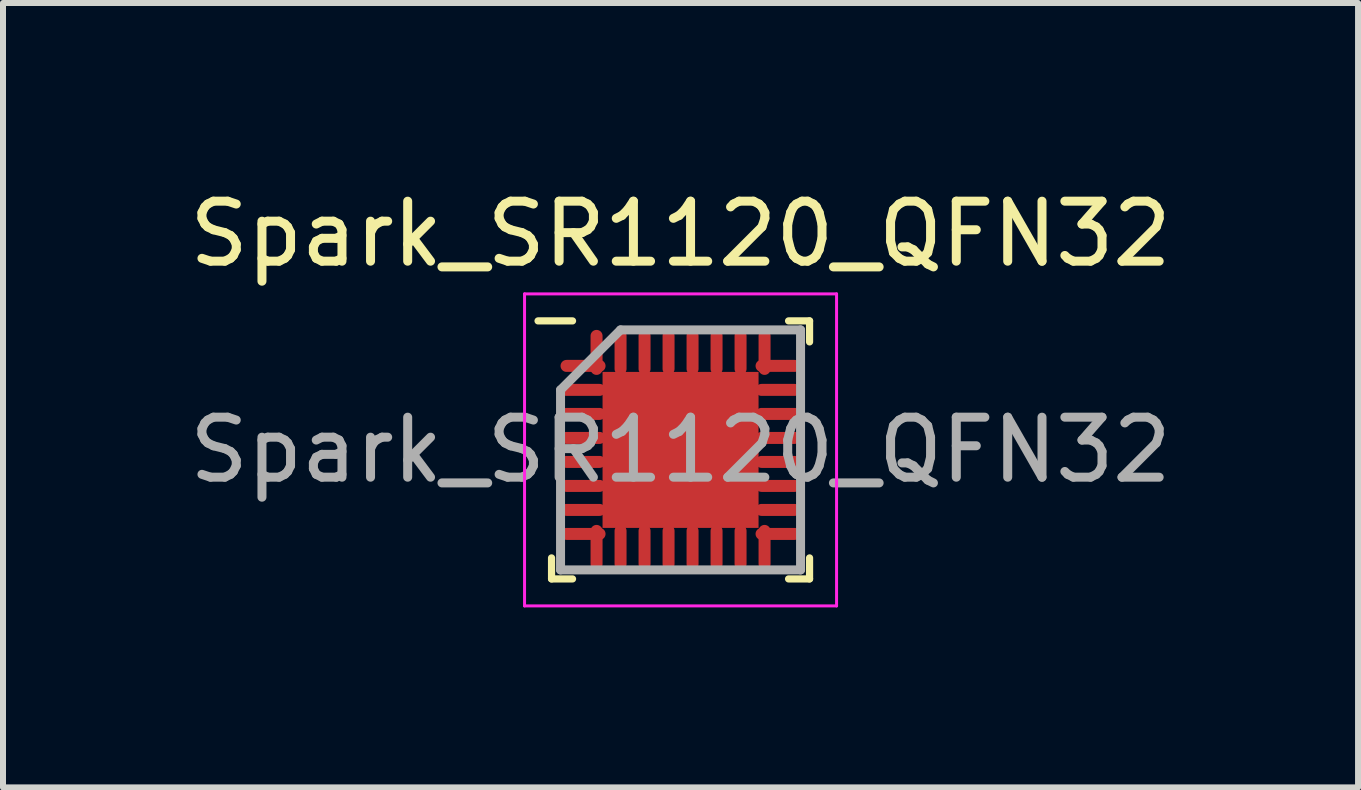
<source format=kicad_pcb>
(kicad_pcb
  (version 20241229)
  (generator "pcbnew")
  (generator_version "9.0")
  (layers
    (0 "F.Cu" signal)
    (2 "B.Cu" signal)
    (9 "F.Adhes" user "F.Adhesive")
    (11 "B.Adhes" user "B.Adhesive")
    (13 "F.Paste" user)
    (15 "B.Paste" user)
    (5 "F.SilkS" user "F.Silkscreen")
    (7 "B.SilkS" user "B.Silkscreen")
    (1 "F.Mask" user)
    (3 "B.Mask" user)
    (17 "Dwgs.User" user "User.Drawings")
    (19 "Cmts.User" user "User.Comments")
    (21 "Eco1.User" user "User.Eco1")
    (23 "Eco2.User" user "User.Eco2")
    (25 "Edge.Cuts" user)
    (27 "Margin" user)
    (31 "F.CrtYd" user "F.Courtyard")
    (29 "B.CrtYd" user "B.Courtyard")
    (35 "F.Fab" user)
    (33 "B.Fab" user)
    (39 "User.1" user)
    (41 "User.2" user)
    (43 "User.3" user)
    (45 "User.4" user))
  (footprint "Spark_SR1120_QFN32"
    (layer "F.Cu")
    (at 8.292 4.448)
    (property "Reference" "Spark_SR1120_QFN32" (at 0 -3.6 0) (layer "F.SilkS") (effects (font (size 1 1) (thickness 0.15))))
    (attr smd)
    (fp_line (start -2.15 2.15) (end -2.15 1.8) (stroke (width 0.12) (type default)) (layer "F.SilkS"))
    (fp_line (start -1.8 -2.15) (end -2.375 -2.15) (stroke (width 0.12) (type default)) (layer "F.SilkS"))
    (fp_line (start -1.8 2.15) (end -2.15 2.15) (stroke (width 0.12) (type default)) (layer "F.SilkS"))
    (fp_line (start 1.8 -2.15) (end 2.15 -2.15) (stroke (width 0.12) (type default)) (layer "F.SilkS"))
    (fp_line (start 1.8 2.15) (end 2.15 2.15) (stroke (width 0.12) (type default)) (layer "F.SilkS"))
    (fp_line (start 2.15 -2.15) (end 2.15 -1.8) (stroke (width 0.12) (type default)) (layer "F.SilkS"))
    (fp_line (start 2.15 2.15) (end 2.15 1.8) (stroke (width 0.12) (type default)) (layer "F.SilkS"))
    (fp_line (start -2.6 -2.6) (end 2.6 -2.6) (stroke (width 0.05) (type default)) (layer "F.CrtYd"))
    (fp_line (start -2.6 2.6) (end -2.6 -2.6) (stroke (width 0.05) (type default)) (layer "F.CrtYd"))
    (fp_line (start 2.6 -2.6) (end 2.6 2.6) (stroke (width 0.05) (type default)) (layer "F.CrtYd"))
    (fp_line (start 2.6 2.6) (end -2.6 2.6) (stroke (width 0.05) (type default)) (layer "F.CrtYd"))
    (fp_line (start -2 -1) (end -2 2) (stroke (width 0.15) (type default)) (layer "F.Fab"))
    (fp_line (start -2 2) (end 2 2) (stroke (width 0.15) (type default)) (layer "F.Fab"))
    (fp_line (start -1 -2) (end -2 -1) (stroke (width 0.15) (type default)) (layer "F.Fab"))
    (fp_line (start 2 -2) (end -1 -2) (stroke (width 0.15) (type default)) (layer "F.Fab"))
    (fp_line (start 2 2) (end 2 -2) (stroke (width 0.15) (type default)) (layer "F.Fab"))
    (fp_text user "${REFERENCE}" (at 0 0 0) (layer "F.Fab") (effects (font (size 1 1) (thickness 0.15))))
    (pad "" smd rect (at -0.867 -0.867) (size 0.117 0.117) (layers "F.Paste"))
    (pad "" smd rect (at -0.867 0) (size 0.117 0.117) (layers "F.Paste"))
    (pad "" smd rect (at -0.867 0.867) (size 0.117 0.117) (layers "F.Paste"))
    (pad "" smd rect (at 0 -0.867) (size 0.117 0.117) (layers "F.Paste"))
    (pad "" smd rect (at 0 0) (size 0.117 0.117) (layers "F.Paste"))
    (pad "" smd rect (at 0 0.867) (size 0.117 0.117) (layers "F.Paste"))
    (pad "" smd rect (at 0.867 -0.867) (size 0.117 0.117) (layers "F.Paste"))
    (pad "" smd rect (at 0.867 0) (size 0.117 0.117) (layers "F.Paste"))
    (pad "" smd rect (at 0.867 0.867) (size 0.117 0.117) (layers "F.Paste"))
    (pad "1" smd oval (at -1.625 -1.4 90) (size 0.2 0.75) (layers "F.Cu" "F.Mask" "F.Paste"))
    (pad "2" smd oval (at -1.625 -1 90) (size 0.2 0.75) (layers "F.Cu" "F.Mask" "F.Paste"))
    (pad "3" smd oval (at -1.625 -0.6 90) (size 0.2 0.75) (layers "F.Cu" "F.Mask" "F.Paste"))
    (pad "4" smd oval (at -1.625 -0.2 90) (size 0.2 0.75) (layers "F.Cu" "F.Mask" "F.Paste"))
    (pad "5" smd oval (at -1.625 0.2 90) (size 0.2 0.75) (layers "F.Cu" "F.Mask" "F.Paste"))
    (pad "6" smd oval (at -1.625 0.6 90) (size 0.2 0.75) (layers "F.Cu" "F.Mask" "F.Paste"))
    (pad "7" smd oval (at -1.625 1 90) (size 0.2 0.75) (layers "F.Cu" "F.Mask" "F.Paste"))
    (pad "8" smd oval (at -1.625 1.4 90) (size 0.2 0.75) (layers "F.Cu" "F.Mask" "F.Paste"))
    (pad "9" smd oval (at -1.4 1.625) (size 0.2 0.75) (layers "F.Cu" "F.Mask" "F.Paste"))
    (pad "10" smd oval (at -1 1.625) (size 0.2 0.75) (layers "F.Cu" "F.Mask" "F.Paste"))
    (pad "11" smd oval (at -0.6 1.625) (size 0.2 0.75) (layers "F.Cu" "F.Mask" "F.Paste"))
    (pad "12" smd oval (at -0.2 1.625) (size 0.2 0.75) (layers "F.Cu" "F.Mask" "F.Paste"))
    (pad "13" smd oval (at 0.2 1.625) (size 0.2 0.75) (layers "F.Cu" "F.Mask" "F.Paste"))
    (pad "14" smd oval (at 0.6 1.625) (size 0.2 0.75) (layers "F.Cu" "F.Mask" "F.Paste"))
    (pad "15" smd oval (at 1 1.625) (size 0.2 0.75) (layers "F.Cu" "F.Mask" "F.Paste"))
    (pad "16" smd oval (at 1.4 1.625) (size 0.2 0.75) (layers "F.Cu" "F.Mask" "F.Paste"))
    (pad "17" smd oval (at 1.625 1.4 90) (size 0.2 0.75) (layers "F.Cu" "F.Mask" "F.Paste"))
    (pad "18" smd oval (at 1.625 1 90) (size 0.2 0.75) (layers "F.Cu" "F.Mask" "F.Paste"))
    (pad "19" smd oval (at 1.625 0.6 90) (size 0.2 0.75) (layers "F.Cu" "F.Mask" "F.Paste"))
    (pad "20" smd oval (at 1.625 0.2 90) (size 0.2 0.75) (layers "F.Cu" "F.Mask" "F.Paste"))
    (pad "21" smd oval (at 1.625 -0.2 90) (size 0.2 0.75) (layers "F.Cu" "F.Mask" "F.Paste"))
    (pad "22" smd oval (at 1.625 -0.6 90) (size 0.2 0.75) (layers "F.Cu" "F.Mask" "F.Paste"))
    (pad "23" smd oval (at 1.625 -1 90) (size 0.2 0.75) (layers "F.Cu" "F.Mask" "F.Paste"))
    (pad "24" smd oval (at 1.625 -1.4 90) (size 0.2 0.75) (layers "F.Cu" "F.Mask" "F.Paste"))
    (pad "25" smd oval (at 1.4 -1.625) (size 0.2 0.75) (layers "F.Cu" "F.Mask" "F.Paste"))
    (pad "26" smd oval (at 1 -1.625) (size 0.2 0.75) (layers "F.Cu" "F.Mask" "F.Paste"))
    (pad "27" smd oval (at 0.6 -1.625) (size 0.2 0.75) (layers "F.Cu" "F.Mask" "F.Paste"))
    (pad "28" smd oval (at 0.2 -1.625) (size 0.2 0.75) (layers "F.Cu" "F.Mask" "F.Paste"))
    (pad "29" smd oval (at -0.2 -1.625) (size 0.2 0.75) (layers "F.Cu" "F.Mask" "F.Paste"))
    (pad "30" smd oval (at -0.6 -1.625) (size 0.2 0.75) (layers "F.Cu" "F.Mask" "F.Paste"))
    (pad "31" smd oval (at -1 -1.625) (size 0.2 0.75) (layers "F.Cu" "F.Mask" "F.Paste"))
    (pad "32" smd oval (at -1.4 -1.625) (size 0.2 0.75) (layers "F.Cu" "F.Mask" "F.Paste"))
    (pad "33" smd rect (at 0 0) (size 2.6 2.6) (layers "F.Cu" "F.Mask")))
  (gr_rect
    (start -3 -3)
    (end 19.583 10.073)
    (stroke (width 0.1) (type default))
    (fill no)
    (layer "Edge.Cuts")))
</source>
